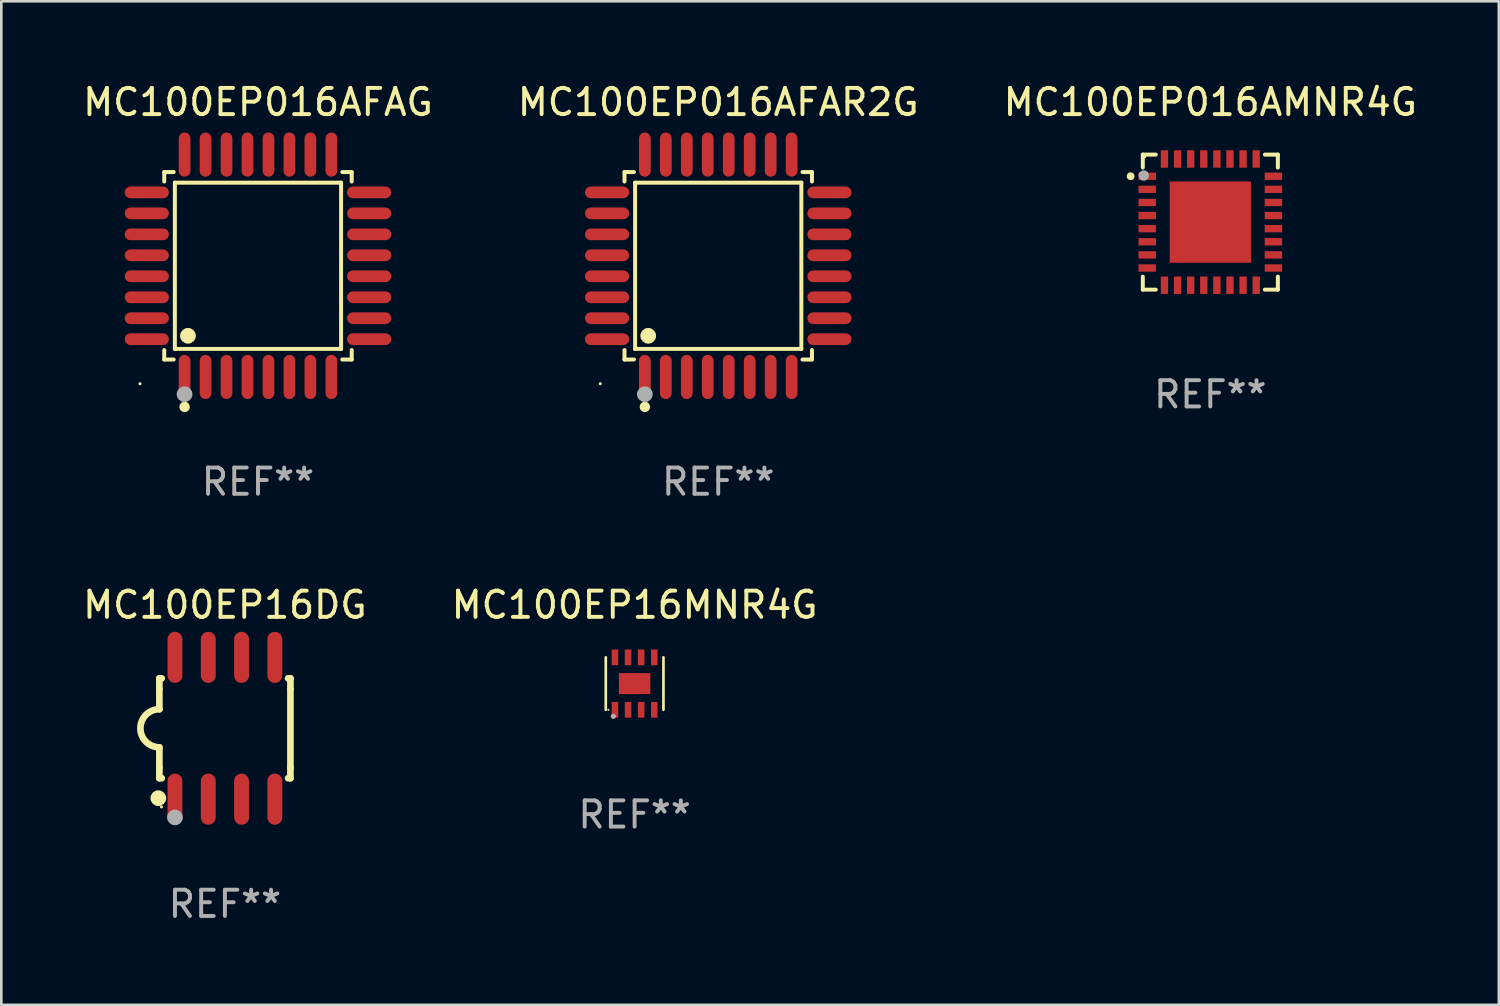
<source format=kicad_pcb>
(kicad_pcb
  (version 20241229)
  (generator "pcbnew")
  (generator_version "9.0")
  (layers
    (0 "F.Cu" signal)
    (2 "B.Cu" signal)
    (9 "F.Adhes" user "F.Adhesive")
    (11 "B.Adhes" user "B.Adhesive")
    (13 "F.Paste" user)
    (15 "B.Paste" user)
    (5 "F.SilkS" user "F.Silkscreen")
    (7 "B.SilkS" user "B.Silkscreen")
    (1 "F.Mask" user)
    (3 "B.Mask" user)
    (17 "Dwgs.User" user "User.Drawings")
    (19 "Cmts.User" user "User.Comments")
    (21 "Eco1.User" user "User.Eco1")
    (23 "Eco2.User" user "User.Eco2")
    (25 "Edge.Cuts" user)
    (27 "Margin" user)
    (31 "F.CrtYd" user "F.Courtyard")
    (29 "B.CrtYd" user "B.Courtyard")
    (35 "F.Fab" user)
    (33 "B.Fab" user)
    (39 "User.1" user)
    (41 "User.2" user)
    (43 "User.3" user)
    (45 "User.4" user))
  (footprint "MC100EP16DG"
    (layer "F.Cu")
    (at 5.53 24.734)
    (property "Reference" "MC100EP16DG" (at 0 -4.705 0) (layer "F.SilkS") (effects (font (size 1 1) (thickness 0.15))))
    (attr through_hole)
    (fp_line (start -2.5 -1.905) (end -2.409 -1.905) (stroke (width 0.254) (type solid)) (layer "F.SilkS"))
    (fp_line (start -2.5 -1.5) (end -2.5 -1.905) (stroke (width 0.254) (type solid)) (layer "F.SilkS"))
    (fp_line (start -2.5 -1.5) (end -2.5 -0.726) (stroke (width 0.254) (type solid)) (layer "F.SilkS"))
    (fp_line (start -2.5 1.5) (end -2.5 0.727) (stroke (width 0.254) (type solid)) (layer "F.SilkS"))
    (fp_line (start -2.5 1.5) (end -2.5 1.905) (stroke (width 0.254) (type solid)) (layer "F.SilkS"))
    (fp_line (start -2.5 1.905) (end -2.409 1.905) (stroke (width 0.254) (type solid)) (layer "F.SilkS"))
    (fp_line (start 2.5 -1.905) (end 2.409 -1.905) (stroke (width 0.254) (type solid)) (layer "F.SilkS"))
    (fp_line (start 2.5 -1.5) (end 2.5 -1.905) (stroke (width 0.254) (type solid)) (layer "F.SilkS"))
    (fp_line (start 2.5 -1.5) (end 2.5 1.5) (stroke (width 0.254) (type solid)) (layer "F.SilkS"))
    (fp_line (start 2.5 1.5) (end 2.5 1.905) (stroke (width 0.254) (type solid)) (layer "F.SilkS"))
    (fp_line (start 2.5 1.905) (end 2.409 1.905) (stroke (width 0.254) (type solid)) (layer "F.SilkS"))
    (fp_arc (start -2.5 0.726568) (mid -3.220316 -0.0023) (end -2.495097 -0.726289) (stroke (width 0.254001) (type solid)) (layer "F.SilkS"))
    (fp_circle (center -2.54 2.667) (end -2.39 2.667) (stroke (width 0.3) (type solid)) (fill no) (layer "F.SilkS"))
    (fp_circle (center -2.42 3) (end -2.39 3) (stroke (width 0.06) (type solid)) (fill no) (layer "F.SilkS"))
    (fp_circle (center -1.905 3.4) (end -1.755 3.4) (stroke (width 0.3) (type solid)) (fill no) (layer "F.Fab"))
    (fp_text user "REF**" (at 0 6.705 0) (layer "F.Fab") (effects (font (size 1 1) (thickness 0.15))))
    (pad "1" smd oval (at -1.905 2.705) (size 0.568 1.95) (layers "F.Cu" "F.Mask" "F.Paste"))
    (pad "2" smd oval (at -0.635 2.705) (size 0.568 1.95) (layers "F.Cu" "F.Mask" "F.Paste"))
    (pad "3" smd oval (at 0.635 2.705) (size 0.568 1.95) (layers "F.Cu" "F.Mask" "F.Paste"))
    (pad "4" smd oval (at 1.905 2.705) (size 0.568 1.95) (layers "F.Cu" "F.Mask" "F.Paste"))
    (pad "5" smd oval (at 1.905 -2.705) (size 0.568 1.95) (layers "F.Cu" "F.Mask" "F.Paste"))
    (pad "6" smd oval (at 0.635 -2.705) (size 0.568 1.95) (layers "F.Cu" "F.Mask" "F.Paste"))
    (pad "7" smd oval (at -0.635 -2.705) (size 0.568 1.95) (layers "F.Cu" "F.Mask" "F.Paste"))
    (pad "8" smd oval (at -1.905 -2.705) (size 0.568 1.95) (layers "F.Cu" "F.Mask" "F.Paste")))
  (footprint "MC100EP16MNR4G"
    (layer "F.Cu")
    (at 21.161 23.029)
    (property "Reference" "MC100EP16MNR4G" (at 0 -3 0) (layer "F.SilkS") (effects (font (size 1 1) (thickness 0.15))))
    (attr through_hole)
    (fp_line (start -1.1 1) (end -1.1 -1) (stroke (width 0.102) (type solid)) (layer "F.SilkS"))
    (fp_line (start 1.1 1) (end 1.1 -1) (stroke (width 0.102) (type solid)) (layer "F.SilkS"))
    (fp_circle (center -1 1) (end -0.98 1) (stroke (width 0.04) (type solid)) (fill no) (layer "F.SilkS"))
    (fp_circle (center -0.81 1.25) (end -0.76 1.25) (stroke (width 0.1) (type solid)) (fill no) (layer "F.Fab"))
    (fp_text user "REF**" (at 0 5 0) (layer "F.Fab") (effects (font (size 1 1) (thickness 0.15))))
    (pad "1" smd rect (at -0.75 1 90) (size 0.6 0.25) (layers "F.Cu" "F.Mask" "F.Paste"))
    (pad "2" smd rect (at -0.25 1 90) (size 0.6 0.25) (layers "F.Cu" "F.Mask" "F.Paste"))
    (pad "3" smd rect (at 0.25 1 90) (size 0.6 0.25) (layers "F.Cu" "F.Mask" "F.Paste"))
    (pad "4" smd rect (at 0.75 1 90) (size 0.6 0.25) (layers "F.Cu" "F.Mask" "F.Paste"))
    (pad "5" smd rect (at 0.75 -1 90) (size 0.6 0.25) (layers "F.Cu" "F.Mask" "F.Paste"))
    (pad "6" smd rect (at 0.25 -1 90) (size 0.6 0.25) (layers "F.Cu" "F.Mask" "F.Paste"))
    (pad "7" smd rect (at -0.25 -1 90) (size 0.6 0.25) (layers "F.Cu" "F.Mask" "F.Paste"))
    (pad "8" smd rect (at -0.75 -1 90) (size 0.6 0.25) (layers "F.Cu" "F.Mask" "F.Paste"))
    (pad "9" smd rect (at -0.000127 0.001 180) (size 1.2 0.8) (layers "F.Cu" "F.Mask" "F.Paste")))
  (footprint "MC100EP016AMNR4G"
    (layer "F.Cu")
    (at 43.125 5.424)
    (property "Reference" "MC100EP016AMNR4G" (at 0 -4.576 0) (layer "F.SilkS") (effects (font (size 1 1) (thickness 0.15))))
    (attr through_hole)
    (fp_line (start -2.576 -2.576) (end -2.576 -2.08) (stroke (width 0.152) (type solid)) (layer "F.SilkS"))
    (fp_line (start -2.576 2.576) (end -2.576 2.08) (stroke (width 0.152) (type solid)) (layer "F.SilkS"))
    (fp_line (start -2.08 -2.576) (end -2.576 -2.576) (stroke (width 0.152) (type solid)) (layer "F.SilkS"))
    (fp_line (start -2.08 2.576) (end -2.576 2.576) (stroke (width 0.152) (type solid)) (layer "F.SilkS"))
    (fp_line (start 2.08 -2.576) (end 2.576 -2.576) (stroke (width 0.152) (type solid)) (layer "F.SilkS"))
    (fp_line (start 2.08 2.576) (end 2.576 2.576) (stroke (width 0.152) (type solid)) (layer "F.SilkS"))
    (fp_line (start 2.576 -2.576) (end 2.576 -2.08) (stroke (width 0.152) (type solid)) (layer "F.SilkS"))
    (fp_line (start 2.576 2.576) (end 2.576 2.08) (stroke (width 0.152) (type solid)) (layer "F.SilkS"))
    (fp_circle (center -3.04 -1.75) (end -2.965 -1.75) (stroke (width 0.15) (type solid)) (fill no) (layer "F.SilkS"))
    (fp_circle (center -2.5 -2.5) (end -2.47 -2.5) (stroke (width 0.06) (type solid)) (fill no) (layer "F.SilkS"))
    (fp_circle (center -2.54 -1.778) (end -2.44 -1.778) (stroke (width 0.2) (type solid)) (fill no) (layer "F.Fab"))
    (fp_text user "REF**" (at 0 6.576 0) (layer "F.Fab") (effects (font (size 1 1) (thickness 0.15))))
    (pad "1" smd rect (at -2.407 -1.75) (size 0.665 0.28) (layers "F.Cu" "F.Mask" "F.Paste"))
    (pad "2" smd rect (at -2.407 -1.25) (size 0.665 0.28) (layers "F.Cu" "F.Mask" "F.Paste"))
    (pad "3" smd rect (at -2.407 -0.75) (size 0.665 0.28) (layers "F.Cu" "F.Mask" "F.Paste"))
    (pad "4" smd rect (at -2.407 -0.25) (size 0.665 0.28) (layers "F.Cu" "F.Mask" "F.Paste"))
    (pad "5" smd rect (at -2.407 0.25) (size 0.665 0.28) (layers "F.Cu" "F.Mask" "F.Paste"))
    (pad "6" smd rect (at -2.407 0.75) (size 0.665 0.28) (layers "F.Cu" "F.Mask" "F.Paste"))
    (pad "7" smd rect (at -2.407 1.25) (size 0.665 0.28) (layers "F.Cu" "F.Mask" "F.Paste"))
    (pad "8" smd rect (at -2.407 1.75) (size 0.665 0.28) (layers "F.Cu" "F.Mask" "F.Paste"))
    (pad "9" smd rect (at -1.75 2.407) (size 0.28 0.665) (layers "F.Cu" "F.Mask" "F.Paste"))
    (pad "10" smd rect (at -1.25 2.407) (size 0.28 0.665) (layers "F.Cu" "F.Mask" "F.Paste"))
    (pad "11" smd rect (at -0.75 2.407) (size 0.28 0.665) (layers "F.Cu" "F.Mask" "F.Paste"))
    (pad "12" smd rect (at -0.25 2.407) (size 0.28 0.665) (layers "F.Cu" "F.Mask" "F.Paste"))
    (pad "13" smd rect (at 0.25 2.407) (size 0.28 0.665) (layers "F.Cu" "F.Mask" "F.Paste"))
    (pad "14" smd rect (at 0.75 2.407) (size 0.28 0.665) (layers "F.Cu" "F.Mask" "F.Paste"))
    (pad "15" smd rect (at 1.25 2.407) (size 0.28 0.665) (layers "F.Cu" "F.Mask" "F.Paste"))
    (pad "16" smd rect (at 1.75 2.407) (size 0.28 0.665) (layers "F.Cu" "F.Mask" "F.Paste"))
    (pad "17" smd rect (at 2.407 1.75) (size 0.665 0.28) (layers "F.Cu" "F.Mask" "F.Paste"))
    (pad "18" smd rect (at 2.407 1.25) (size 0.665 0.28) (layers "F.Cu" "F.Mask" "F.Paste"))
    (pad "19" smd rect (at 2.407 0.75) (size 0.665 0.28) (layers "F.Cu" "F.Mask" "F.Paste"))
    (pad "20" smd rect (at 2.407 0.25) (size 0.665 0.28) (layers "F.Cu" "F.Mask" "F.Paste"))
    (pad "21" smd rect (at 2.407 -0.25) (size 0.665 0.28) (layers "F.Cu" "F.Mask" "F.Paste"))
    (pad "22" smd rect (at 2.407 -0.75) (size 0.665 0.28) (layers "F.Cu" "F.Mask" "F.Paste"))
    (pad "23" smd rect (at 2.407 -1.25) (size 0.665 0.28) (layers "F.Cu" "F.Mask" "F.Paste"))
    (pad "24" smd rect (at 2.407 -1.75) (size 0.665 0.28) (layers "F.Cu" "F.Mask" "F.Paste"))
    (pad "25" smd rect (at 1.75 -2.408) (size 0.28 0.665) (layers "F.Cu" "F.Mask" "F.Paste"))
    (pad "26" smd rect (at 1.25 -2.408) (size 0.28 0.665) (layers "F.Cu" "F.Mask" "F.Paste"))
    (pad "27" smd rect (at 0.75 -2.408) (size 0.28 0.665) (layers "F.Cu" "F.Mask" "F.Paste"))
    (pad "28" smd rect (at 0.25 -2.408) (size 0.28 0.665) (layers "F.Cu" "F.Mask" "F.Paste"))
    (pad "29" smd rect (at -0.25 -2.408) (size 0.28 0.665) (layers "F.Cu" "F.Mask" "F.Paste"))
    (pad "30" smd rect (at -0.75 -2.408) (size 0.28 0.665) (layers "F.Cu" "F.Mask" "F.Paste"))
    (pad "31" smd rect (at -1.25 -2.408) (size 0.28 0.665) (layers "F.Cu" "F.Mask" "F.Paste"))
    (pad "32" smd rect (at -1.75 -2.408) (size 0.28 0.665) (layers "F.Cu" "F.Mask" "F.Paste"))
    (pad "33" smd rect (at -0.000076 -0.000102) (size 3.1 3.1) (layers "F.Cu" "F.Mask" "F.Paste")))
  (footprint "MC100EP016AFAR2G"
    (layer "F.Cu")
    (at 24.351 7.09)
    (property "Reference" "MC100EP016AFAR2G" (at 0 -6.242 0) (layer "F.SilkS") (effects (font (size 1 1) (thickness 0.15))))
    (attr through_hole)
    (fp_line (start -3.576 -3.576) (end -3.215 -3.576) (stroke (width 0.152) (type solid)) (layer "F.SilkS"))
    (fp_line (start -3.576 -3.215) (end -3.576 -3.576) (stroke (width 0.152) (type solid)) (layer "F.SilkS"))
    (fp_line (start -3.576 3.215) (end -3.576 3.576) (stroke (width 0.152) (type solid)) (layer "F.SilkS"))
    (fp_line (start -3.576 3.576) (end -3.215 3.576) (stroke (width 0.152) (type solid)) (layer "F.SilkS"))
    (fp_line (start -3.171 -3.171) (end 3.171 -3.171) (stroke (width 0.152) (type solid)) (layer "F.SilkS"))
    (fp_line (start -3.171 3.171) (end -3.171 -3.171) (stroke (width 0.152) (type solid)) (layer "F.SilkS"))
    (fp_line (start 3.171 -3.171) (end 3.171 3.171) (stroke (width 0.152) (type solid)) (layer "F.SilkS"))
    (fp_line (start 3.171 3.171) (end -3.171 3.171) (stroke (width 0.152) (type solid)) (layer "F.SilkS"))
    (fp_line (start 3.576 -3.576) (end 3.215 -3.576) (stroke (width 0.152) (type solid)) (layer "F.SilkS"))
    (fp_line (start 3.576 -3.215) (end 3.576 -3.576) (stroke (width 0.152) (type solid)) (layer "F.SilkS"))
    (fp_line (start 3.576 3.215) (end 3.576 3.576) (stroke (width 0.152) (type solid)) (layer "F.SilkS"))
    (fp_line (start 3.576 3.576) (end 3.215 3.576) (stroke (width 0.152) (type solid)) (layer "F.SilkS"))
    (fp_circle (center -4.5 4.5) (end -4.47 4.5) (stroke (width 0.06) (type solid)) (fill no) (layer "F.SilkS"))
    (fp_circle (center -2.8 5.384) (end -2.7 5.384) (stroke (width 0.2) (type solid)) (fill no) (layer "F.SilkS"))
    (fp_circle (center -2.671 2.671) (end -2.521 2.671) (stroke (width 0.3) (type solid)) (fill no) (layer "F.SilkS"))
    (fp_circle (center -2.8 4.9) (end -2.65 4.9) (stroke (width 0.3) (type solid)) (fill no) (layer "F.Fab"))
    (fp_text user "REF**" (at 0 8.242 0) (layer "F.Fab") (effects (font (size 1 1) (thickness 0.15))))
    (pad "1" smd oval (at -2.8 4.242) (size 0.448 1.684) (layers "F.Cu" "F.Mask" "F.Paste"))
    (pad "2" smd oval (at -2 4.242) (size 0.448 1.684) (layers "F.Cu" "F.Mask" "F.Paste"))
    (pad "3" smd oval (at -1.2 4.242) (size 0.448 1.684) (layers "F.Cu" "F.Mask" "F.Paste"))
    (pad "4" smd oval (at -0.4 4.242) (size 0.448 1.684) (layers "F.Cu" "F.Mask" "F.Paste"))
    (pad "5" smd oval (at 0.4 4.242) (size 0.448 1.684) (layers "F.Cu" "F.Mask" "F.Paste"))
    (pad "6" smd oval (at 1.2 4.242) (size 0.448 1.684) (layers "F.Cu" "F.Mask" "F.Paste"))
    (pad "7" smd oval (at 2 4.242) (size 0.448 1.684) (layers "F.Cu" "F.Mask" "F.Paste"))
    (pad "8" smd oval (at 2.8 4.242) (size 0.448 1.684) (layers "F.Cu" "F.Mask" "F.Paste"))
    (pad "9" smd oval (at 4.242 2.8) (size 1.684 0.448) (layers "F.Cu" "F.Mask" "F.Paste"))
    (pad "10" smd oval (at 4.242 2) (size 1.684 0.448) (layers "F.Cu" "F.Mask" "F.Paste"))
    (pad "11" smd oval (at 4.242 1.2) (size 1.684 0.448) (layers "F.Cu" "F.Mask" "F.Paste"))
    (pad "12" smd oval (at 4.242 0.4) (size 1.684 0.448) (layers "F.Cu" "F.Mask" "F.Paste"))
    (pad "13" smd oval (at 4.242 -0.4) (size 1.684 0.448) (layers "F.Cu" "F.Mask" "F.Paste"))
    (pad "14" smd oval (at 4.242 -1.2) (size 1.684 0.448) (layers "F.Cu" "F.Mask" "F.Paste"))
    (pad "15" smd oval (at 4.242 -2) (size 1.684 0.448) (layers "F.Cu" "F.Mask" "F.Paste"))
    (pad "16" smd oval (at 4.242 -2.8) (size 1.684 0.448) (layers "F.Cu" "F.Mask" "F.Paste"))
    (pad "17" smd oval (at 2.8 -4.242) (size 0.448 1.684) (layers "F.Cu" "F.Mask" "F.Paste"))
    (pad "18" smd oval (at 2 -4.242) (size 0.448 1.684) (layers "F.Cu" "F.Mask" "F.Paste"))
    (pad "19" smd oval (at 1.2 -4.242) (size 0.448 1.684) (layers "F.Cu" "F.Mask" "F.Paste"))
    (pad "20" smd oval (at 0.4 -4.242) (size 0.448 1.684) (layers "F.Cu" "F.Mask" "F.Paste"))
    (pad "21" smd oval (at -0.4 -4.242) (size 0.448 1.684) (layers "F.Cu" "F.Mask" "F.Paste"))
    (pad "22" smd oval (at -1.2 -4.242) (size 0.448 1.684) (layers "F.Cu" "F.Mask" "F.Paste"))
    (pad "23" smd oval (at -2 -4.242) (size 0.448 1.684) (layers "F.Cu" "F.Mask" "F.Paste"))
    (pad "24" smd oval (at -2.8 -4.242) (size 0.448 1.684) (layers "F.Cu" "F.Mask" "F.Paste"))
    (pad "25" smd oval (at -4.242 -2.8) (size 1.684 0.448) (layers "F.Cu" "F.Mask" "F.Paste"))
    (pad "26" smd oval (at -4.242 -2) (size 1.684 0.448) (layers "F.Cu" "F.Mask" "F.Paste"))
    (pad "27" smd oval (at -4.242 -1.2) (size 1.684 0.448) (layers "F.Cu" "F.Mask" "F.Paste"))
    (pad "28" smd oval (at -4.242 -0.4) (size 1.684 0.448) (layers "F.Cu" "F.Mask" "F.Paste"))
    (pad "29" smd oval (at -4.242 0.4) (size 1.684 0.448) (layers "F.Cu" "F.Mask" "F.Paste"))
    (pad "30" smd oval (at -4.242 1.2) (size 1.684 0.448) (layers "F.Cu" "F.Mask" "F.Paste"))
    (pad "31" smd oval (at -4.242 2) (size 1.684 0.448) (layers "F.Cu" "F.Mask" "F.Paste"))
    (pad "32" smd oval (at -4.242 2.8) (size 1.684 0.448) (layers "F.Cu" "F.Mask" "F.Paste")))
  (footprint "MC100EP016AFAG"
    (layer "F.Cu")
    (at 6.792 7.09)
    (property "Reference" "MC100EP016AFAG" (at 0 -6.242 0) (layer "F.SilkS") (effects (font (size 1 1) (thickness 0.15))))
    (attr through_hole)
    (fp_line (start -3.576 -3.576) (end -3.215 -3.576) (stroke (width 0.152) (type solid)) (layer "F.SilkS"))
    (fp_line (start -3.576 -3.215) (end -3.576 -3.576) (stroke (width 0.152) (type solid)) (layer "F.SilkS"))
    (fp_line (start -3.576 3.215) (end -3.576 3.576) (stroke (width 0.152) (type solid)) (layer "F.SilkS"))
    (fp_line (start -3.576 3.576) (end -3.215 3.576) (stroke (width 0.152) (type solid)) (layer "F.SilkS"))
    (fp_line (start -3.171 -3.171) (end 3.171 -3.171) (stroke (width 0.152) (type solid)) (layer "F.SilkS"))
    (fp_line (start -3.171 3.171) (end -3.171 -3.171) (stroke (width 0.152) (type solid)) (layer "F.SilkS"))
    (fp_line (start 3.171 -3.171) (end 3.171 3.171) (stroke (width 0.152) (type solid)) (layer "F.SilkS"))
    (fp_line (start 3.171 3.171) (end -3.171 3.171) (stroke (width 0.152) (type solid)) (layer "F.SilkS"))
    (fp_line (start 3.576 -3.576) (end 3.215 -3.576) (stroke (width 0.152) (type solid)) (layer "F.SilkS"))
    (fp_line (start 3.576 -3.215) (end 3.576 -3.576) (stroke (width 0.152) (type solid)) (layer "F.SilkS"))
    (fp_line (start 3.576 3.215) (end 3.576 3.576) (stroke (width 0.152) (type solid)) (layer "F.SilkS"))
    (fp_line (start 3.576 3.576) (end 3.215 3.576) (stroke (width 0.152) (type solid)) (layer "F.SilkS"))
    (fp_circle (center -4.5 4.5) (end -4.47 4.5) (stroke (width 0.06) (type solid)) (fill no) (layer "F.SilkS"))
    (fp_circle (center -2.8 5.384) (end -2.7 5.384) (stroke (width 0.2) (type solid)) (fill no) (layer "F.SilkS"))
    (fp_circle (center -2.671 2.671) (end -2.521 2.671) (stroke (width 0.3) (type solid)) (fill no) (layer "F.SilkS"))
    (fp_circle (center -2.8 4.9) (end -2.65 4.9) (stroke (width 0.3) (type solid)) (fill no) (layer "F.Fab"))
    (fp_text user "REF**" (at 0 8.242 0) (layer "F.Fab") (effects (font (size 1 1) (thickness 0.15))))
    (pad "1" smd oval (at -2.8 4.242) (size 0.448 1.684) (layers "F.Cu" "F.Mask" "F.Paste"))
    (pad "2" smd oval (at -2 4.242) (size 0.448 1.684) (layers "F.Cu" "F.Mask" "F.Paste"))
    (pad "3" smd oval (at -1.2 4.242) (size 0.448 1.684) (layers "F.Cu" "F.Mask" "F.Paste"))
    (pad "4" smd oval (at -0.4 4.242) (size 0.448 1.684) (layers "F.Cu" "F.Mask" "F.Paste"))
    (pad "5" smd oval (at 0.4 4.242) (size 0.448 1.684) (layers "F.Cu" "F.Mask" "F.Paste"))
    (pad "6" smd oval (at 1.2 4.242) (size 0.448 1.684) (layers "F.Cu" "F.Mask" "F.Paste"))
    (pad "7" smd oval (at 2 4.242) (size 0.448 1.684) (layers "F.Cu" "F.Mask" "F.Paste"))
    (pad "8" smd oval (at 2.8 4.242) (size 0.448 1.684) (layers "F.Cu" "F.Mask" "F.Paste"))
    (pad "9" smd oval (at 4.242 2.8) (size 1.684 0.448) (layers "F.Cu" "F.Mask" "F.Paste"))
    (pad "10" smd oval (at 4.242 2) (size 1.684 0.448) (layers "F.Cu" "F.Mask" "F.Paste"))
    (pad "11" smd oval (at 4.242 1.2) (size 1.684 0.448) (layers "F.Cu" "F.Mask" "F.Paste"))
    (pad "12" smd oval (at 4.242 0.4) (size 1.684 0.448) (layers "F.Cu" "F.Mask" "F.Paste"))
    (pad "13" smd oval (at 4.242 -0.4) (size 1.684 0.448) (layers "F.Cu" "F.Mask" "F.Paste"))
    (pad "14" smd oval (at 4.242 -1.2) (size 1.684 0.448) (layers "F.Cu" "F.Mask" "F.Paste"))
    (pad "15" smd oval (at 4.242 -2) (size 1.684 0.448) (layers "F.Cu" "F.Mask" "F.Paste"))
    (pad "16" smd oval (at 4.242 -2.8) (size 1.684 0.448) (layers "F.Cu" "F.Mask" "F.Paste"))
    (pad "17" smd oval (at 2.8 -4.242) (size 0.448 1.684) (layers "F.Cu" "F.Mask" "F.Paste"))
    (pad "18" smd oval (at 2 -4.242) (size 0.448 1.684) (layers "F.Cu" "F.Mask" "F.Paste"))
    (pad "19" smd oval (at 1.2 -4.242) (size 0.448 1.684) (layers "F.Cu" "F.Mask" "F.Paste"))
    (pad "20" smd oval (at 0.4 -4.242) (size 0.448 1.684) (layers "F.Cu" "F.Mask" "F.Paste"))
    (pad "21" smd oval (at -0.4 -4.242) (size 0.448 1.684) (layers "F.Cu" "F.Mask" "F.Paste"))
    (pad "22" smd oval (at -1.2 -4.242) (size 0.448 1.684) (layers "F.Cu" "F.Mask" "F.Paste"))
    (pad "23" smd oval (at -2 -4.242) (size 0.448 1.684) (layers "F.Cu" "F.Mask" "F.Paste"))
    (pad "24" smd oval (at -2.8 -4.242) (size 0.448 1.684) (layers "F.Cu" "F.Mask" "F.Paste"))
    (pad "25" smd oval (at -4.242 -2.8) (size 1.684 0.448) (layers "F.Cu" "F.Mask" "F.Paste"))
    (pad "26" smd oval (at -4.242 -2) (size 1.684 0.448) (layers "F.Cu" "F.Mask" "F.Paste"))
    (pad "27" smd oval (at -4.242 -1.2) (size 1.684 0.448) (layers "F.Cu" "F.Mask" "F.Paste"))
    (pad "28" smd oval (at -4.242 -0.4) (size 1.684 0.448) (layers "F.Cu" "F.Mask" "F.Paste"))
    (pad "29" smd oval (at -4.242 0.4) (size 1.684 0.448) (layers "F.Cu" "F.Mask" "F.Paste"))
    (pad "30" smd oval (at -4.242 1.2) (size 1.684 0.448) (layers "F.Cu" "F.Mask" "F.Paste"))
    (pad "31" smd oval (at -4.242 2) (size 1.684 0.448) (layers "F.Cu" "F.Mask" "F.Paste"))
    (pad "32" smd oval (at -4.242 2.8) (size 1.684 0.448) (layers "F.Cu" "F.Mask" "F.Paste")))
  (gr_rect
    (start -3 -3)
    (end 54.131 35.287)
    (stroke (width 0.1) (type default))
    (fill no)
    (layer "Edge.Cuts")))
</source>
